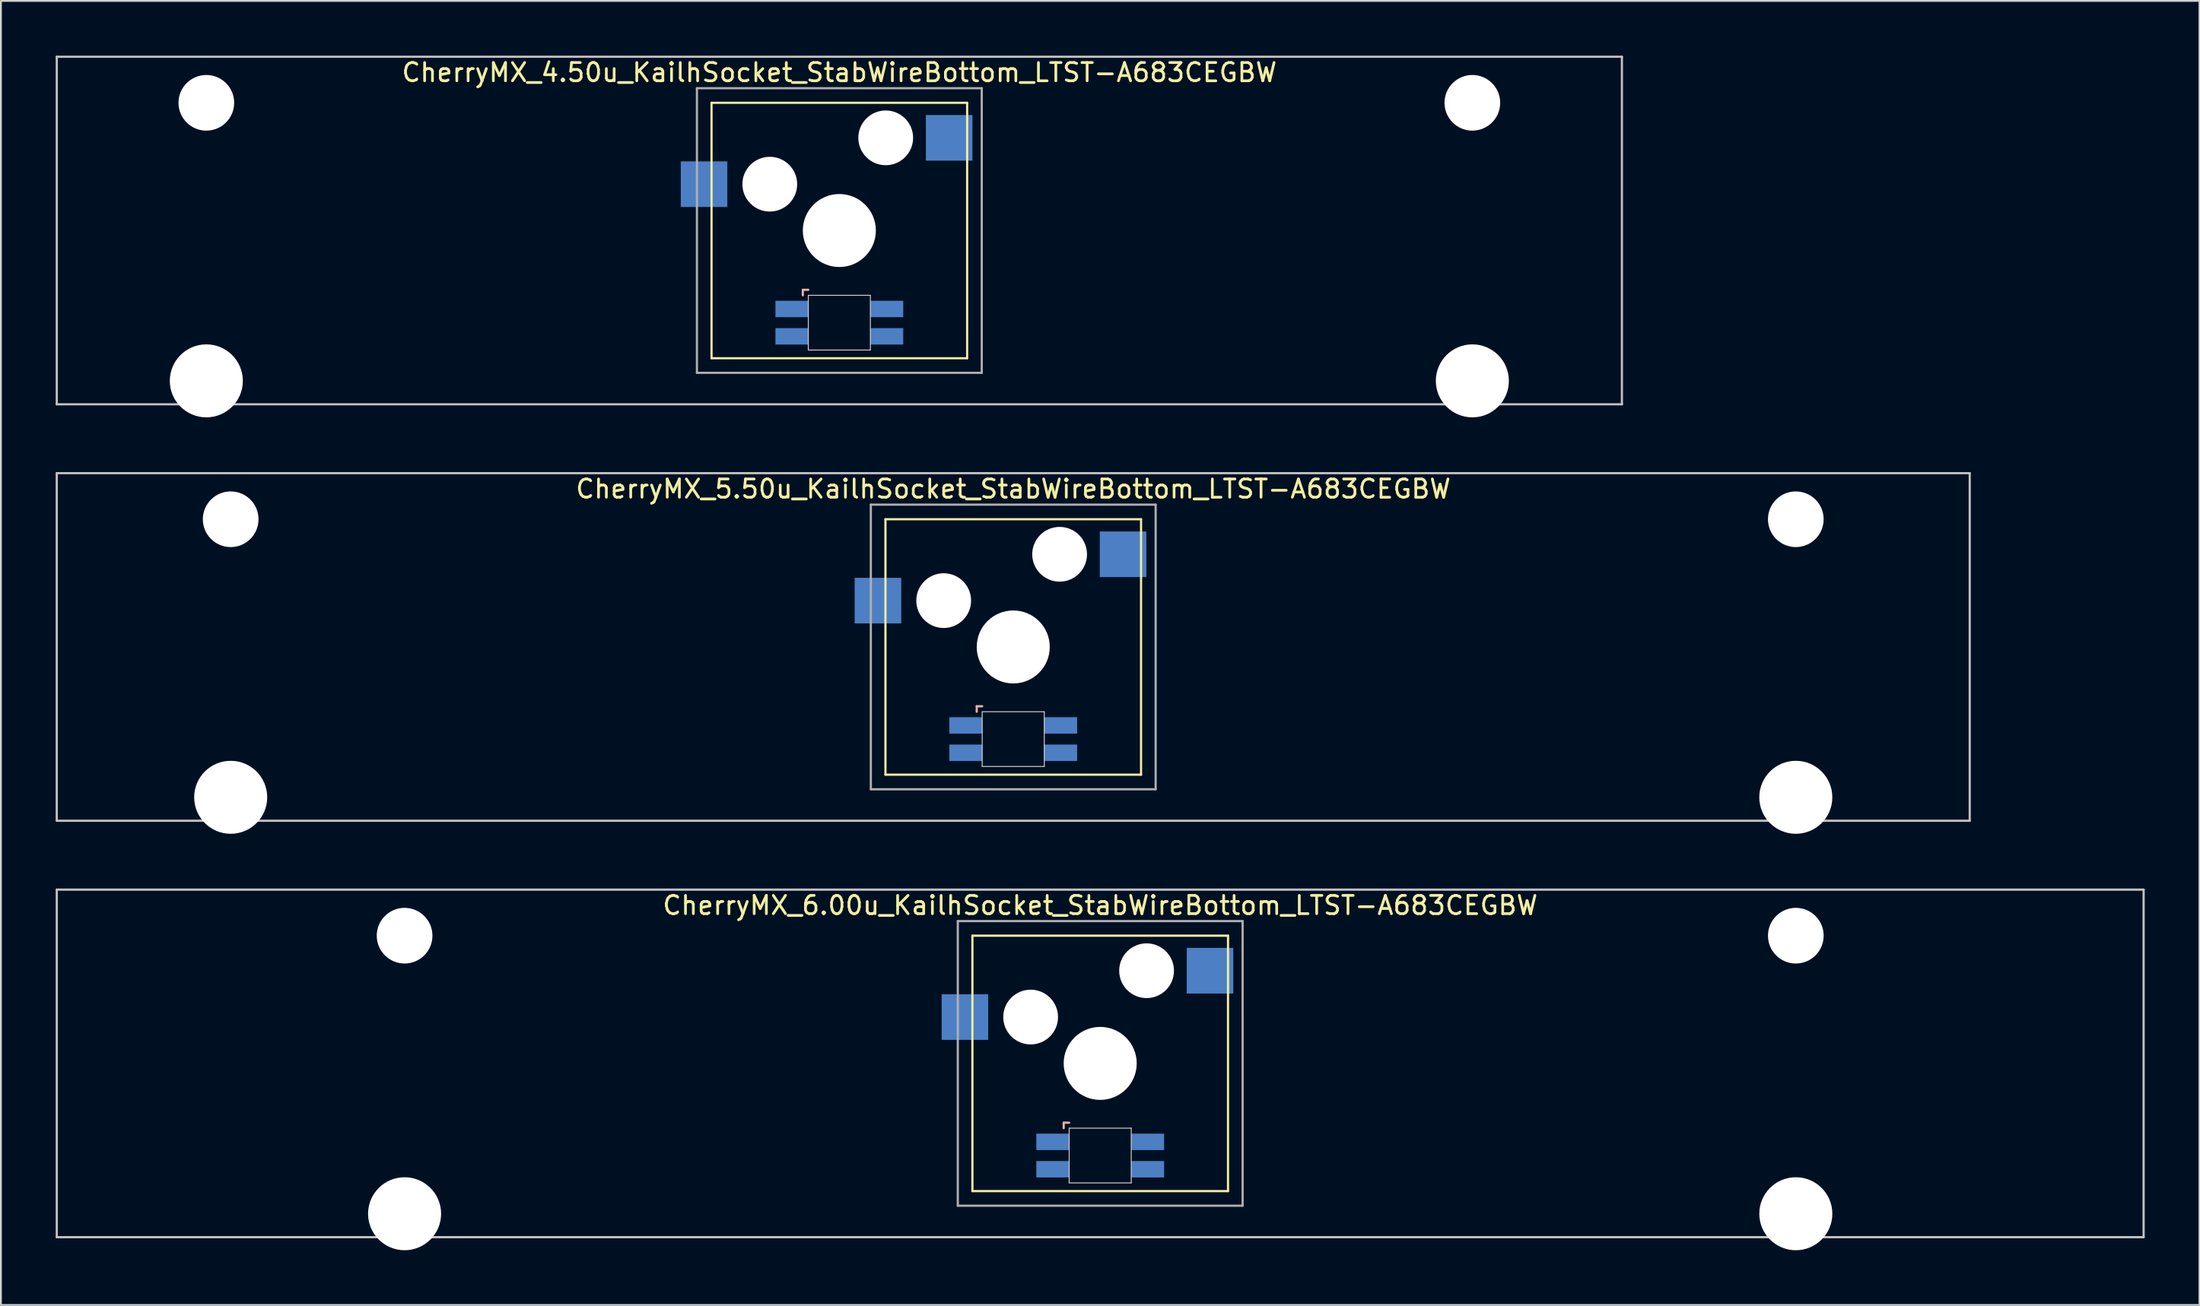
<source format=kicad_pcb>
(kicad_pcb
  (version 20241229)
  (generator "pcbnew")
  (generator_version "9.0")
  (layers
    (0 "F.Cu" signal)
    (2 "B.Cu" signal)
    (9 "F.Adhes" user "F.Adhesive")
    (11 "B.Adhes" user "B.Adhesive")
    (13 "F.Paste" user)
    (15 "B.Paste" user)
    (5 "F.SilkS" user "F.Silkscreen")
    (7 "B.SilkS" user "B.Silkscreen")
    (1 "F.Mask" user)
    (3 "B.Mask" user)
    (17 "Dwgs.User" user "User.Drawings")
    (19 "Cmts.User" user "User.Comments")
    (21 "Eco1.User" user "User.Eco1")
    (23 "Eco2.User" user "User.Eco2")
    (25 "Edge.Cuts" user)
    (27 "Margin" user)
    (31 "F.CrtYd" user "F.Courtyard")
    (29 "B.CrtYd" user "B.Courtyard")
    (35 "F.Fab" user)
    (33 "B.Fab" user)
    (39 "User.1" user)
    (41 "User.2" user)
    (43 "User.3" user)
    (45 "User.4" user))
  (footprint "CherryMX_5.50u_KailhSocket_StabWireBottom_LTST-A683CEGBW"
    (layer "F.Cu")
    (at 52.447 32.41)
    (property "Reference" "CherryMX_5.50u_KailhSocket_StabWireBottom_LTST-A683CEGBW" (at 0 -8.662 0) (layer "F.SilkS") (effects (font (size 1 1) (thickness 0.15))))
    (attr through_hole)
    (fp_line (start -7 -7) (end -7 7) (stroke (width 0.12) (type solid)) (layer "F.SilkS"))
    (fp_line (start -7 -7) (end 7 -7) (stroke (width 0.12) (type solid)) (layer "F.SilkS"))
    (fp_line (start 7 -7) (end 7 7) (stroke (width 0.12) (type solid)) (layer "F.SilkS"))
    (fp_line (start 7 7) (end -7 7) (stroke (width 0.12) (type solid)) (layer "F.SilkS"))
    (fp_line (start -2 3.25) (end -2 3.55) (stroke (width 0.12) (type solid)) (layer "B.SilkS"))
    (fp_line (start -1.7 3.25) (end -2 3.25) (stroke (width 0.12) (type solid)) (layer "B.SilkS"))
    (fp_line (start -52.388 -9.525) (end 52.388 -9.525) (stroke (width 0.12) (type solid)) (layer "Dwgs.User"))
    (fp_line (start -52.388 9.525) (end -52.388 -9.525) (stroke (width 0.12) (type solid)) (layer "Dwgs.User"))
    (fp_line (start 52.388 -9.525) (end 52.388 9.525) (stroke (width 0.12) (type solid)) (layer "Dwgs.User"))
    (fp_line (start 52.388 9.525) (end -52.388 9.525) (stroke (width 0.12) (type solid)) (layer "Dwgs.User"))
    (fp_line (start -1.7 3.55) (end 1.7 3.55) (stroke (width 0.05) (type solid)) (layer "Edge.Cuts"))
    (fp_line (start -1.7 6.55) (end -1.7 3.55) (stroke (width 0.05) (type solid)) (layer "Edge.Cuts"))
    (fp_line (start 1.7 3.55) (end 1.7 6.55) (stroke (width 0.05) (type solid)) (layer "Edge.Cuts"))
    (fp_line (start 1.7 6.55) (end -1.7 6.55) (stroke (width 0.05) (type solid)) (layer "Edge.Cuts"))
    (fp_line (start -7.8 -7.8) (end -7.8 7.8) (stroke (width 0.12) (type solid)) (layer "F.Fab"))
    (fp_line (start -7.8 -7.8) (end 7.8 -7.8) (stroke (width 0.12) (type solid)) (layer "F.Fab"))
    (fp_line (start -7.8 7.8) (end 7.8 7.8) (stroke (width 0.12) (type solid)) (layer "F.Fab"))
    (fp_line (start 7.8 -7.8) (end 7.8 7.8) (stroke (width 0.12) (type solid)) (layer "F.Fab"))
    (pad "" np_thru_hole circle (at -42.862 -7) (size 3.05 3.05) (drill 3.05) (layers "*.Cu" "*.Mask"))
    (pad "" np_thru_hole circle (at -42.862 8.24) (size 4 4) (drill 4) (layers "*.Cu" "*.Mask"))
    (pad "" np_thru_hole circle (at -3.81 -2.54) (size 3 3) (drill 3) (layers "*.Cu" "*.Mask"))
    (pad "" np_thru_hole circle (at 0 0) (size 4 4) (drill 4) (layers "*.Cu" "*.Mask"))
    (pad "" np_thru_hole circle (at 2.54 -5.08) (size 3 3) (drill 3) (layers "*.Cu" "*.Mask"))
    (pad "" np_thru_hole circle (at 42.862 -7) (size 3.05 3.05) (drill 3.05) (layers "*.Cu" "*.Mask"))
    (pad "" np_thru_hole circle (at 42.862 8.24) (size 4 4) (drill 4) (layers "*.Cu" "*.Mask"))
    (pad "1" smd rect (at -7.41 -2.54) (size 2.55 2.5) (layers "B.Cu" "B.Mask" "B.Paste"))
    (pad "2" smd rect (at 6.015 -5.08) (size 2.55 2.5) (layers "B.Cu" "B.Mask" "B.Paste"))
    (pad "3" smd rect (at -2.6 4.3) (size 1.8 0.9) (layers "B.Cu" "B.Mask" "B.Paste"))
    (pad "4" smd rect (at -2.6 5.8) (size 1.8 0.9) (layers "B.Cu" "B.Mask" "B.Paste"))
    (pad "5" smd rect (at 2.6 4.3) (size 1.8 0.9) (layers "B.Cu" "B.Mask" "B.Paste"))
    (pad "6" smd rect (at 2.6 5.8) (size 1.8 0.9) (layers "B.Cu" "B.Mask" "B.Paste")))
  (footprint "CherryMX_4.50u_KailhSocket_StabWireBottom_LTST-A683CEGBW"
    (layer "F.Cu")
    (at 42.922 9.585)
    (property "Reference" "CherryMX_4.50u_KailhSocket_StabWireBottom_LTST-A683CEGBW" (at 0 -8.662 0) (layer "F.SilkS") (effects (font (size 1 1) (thickness 0.15))))
    (attr through_hole)
    (fp_line (start -7 -7) (end -7 7) (stroke (width 0.12) (type solid)) (layer "F.SilkS"))
    (fp_line (start -7 -7) (end 7 -7) (stroke (width 0.12) (type solid)) (layer "F.SilkS"))
    (fp_line (start 7 -7) (end 7 7) (stroke (width 0.12) (type solid)) (layer "F.SilkS"))
    (fp_line (start 7 7) (end -7 7) (stroke (width 0.12) (type solid)) (layer "F.SilkS"))
    (fp_line (start -2 3.25) (end -2 3.55) (stroke (width 0.12) (type solid)) (layer "B.SilkS"))
    (fp_line (start -1.7 3.25) (end -2 3.25) (stroke (width 0.12) (type solid)) (layer "B.SilkS"))
    (fp_line (start -42.862 -9.525) (end 42.862 -9.525) (stroke (width 0.12) (type solid)) (layer "Dwgs.User"))
    (fp_line (start -42.862 9.525) (end -42.862 -9.525) (stroke (width 0.12) (type solid)) (layer "Dwgs.User"))
    (fp_line (start 42.862 -9.525) (end 42.862 9.525) (stroke (width 0.12) (type solid)) (layer "Dwgs.User"))
    (fp_line (start 42.862 9.525) (end -42.862 9.525) (stroke (width 0.12) (type solid)) (layer "Dwgs.User"))
    (fp_line (start -1.7 3.55) (end 1.7 3.55) (stroke (width 0.05) (type solid)) (layer "Edge.Cuts"))
    (fp_line (start -1.7 6.55) (end -1.7 3.55) (stroke (width 0.05) (type solid)) (layer "Edge.Cuts"))
    (fp_line (start 1.7 3.55) (end 1.7 6.55) (stroke (width 0.05) (type solid)) (layer "Edge.Cuts"))
    (fp_line (start 1.7 6.55) (end -1.7 6.55) (stroke (width 0.05) (type solid)) (layer "Edge.Cuts"))
    (fp_line (start -7.8 -7.8) (end -7.8 7.8) (stroke (width 0.12) (type solid)) (layer "F.Fab"))
    (fp_line (start -7.8 -7.8) (end 7.8 -7.8) (stroke (width 0.12) (type solid)) (layer "F.Fab"))
    (fp_line (start -7.8 7.8) (end 7.8 7.8) (stroke (width 0.12) (type solid)) (layer "F.Fab"))
    (fp_line (start 7.8 -7.8) (end 7.8 7.8) (stroke (width 0.12) (type solid)) (layer "F.Fab"))
    (pad "" np_thru_hole circle (at -34.671 -7) (size 3.05 3.05) (drill 3.05) (layers "*.Cu" "*.Mask"))
    (pad "" np_thru_hole circle (at -34.671 8.24) (size 4 4) (drill 4) (layers "*.Cu" "*.Mask"))
    (pad "" np_thru_hole circle (at -3.81 -2.54) (size 3 3) (drill 3) (layers "*.Cu" "*.Mask"))
    (pad "" np_thru_hole circle (at 0 0) (size 4 4) (drill 4) (layers "*.Cu" "*.Mask"))
    (pad "" np_thru_hole circle (at 2.54 -5.08) (size 3 3) (drill 3) (layers "*.Cu" "*.Mask"))
    (pad "" np_thru_hole circle (at 34.671 -7) (size 3.05 3.05) (drill 3.05) (layers "*.Cu" "*.Mask"))
    (pad "" np_thru_hole circle (at 34.671 8.24) (size 4 4) (drill 4) (layers "*.Cu" "*.Mask"))
    (pad "1" smd rect (at -7.41 -2.54) (size 2.55 2.5) (layers "B.Cu" "B.Mask" "B.Paste"))
    (pad "2" smd rect (at 6.015 -5.08) (size 2.55 2.5) (layers "B.Cu" "B.Mask" "B.Paste"))
    (pad "3" smd rect (at -2.6 4.3) (size 1.8 0.9) (layers "B.Cu" "B.Mask" "B.Paste"))
    (pad "4" smd rect (at -2.6 5.8) (size 1.8 0.9) (layers "B.Cu" "B.Mask" "B.Paste"))
    (pad "5" smd rect (at 2.6 4.3) (size 1.8 0.9) (layers "B.Cu" "B.Mask" "B.Paste"))
    (pad "6" smd rect (at 2.6 5.8) (size 1.8 0.9) (layers "B.Cu" "B.Mask" "B.Paste")))
  (footprint "CherryMX_6.00u_KailhSocket_StabWireBottom_LTST-A683CEGBW"
    (layer "F.Cu")
    (at 57.21 55.235)
    (property "Reference" "CherryMX_6.00u_KailhSocket_StabWireBottom_LTST-A683CEGBW" (at 0 -8.662 0) (layer "F.SilkS") (effects (font (size 1 1) (thickness 0.15))))
    (attr through_hole)
    (fp_line (start -7 -7) (end -7 7) (stroke (width 0.12) (type solid)) (layer "F.SilkS"))
    (fp_line (start -7 -7) (end 7 -7) (stroke (width 0.12) (type solid)) (layer "F.SilkS"))
    (fp_line (start 7 -7) (end 7 7) (stroke (width 0.12) (type solid)) (layer "F.SilkS"))
    (fp_line (start 7 7) (end -7 7) (stroke (width 0.12) (type solid)) (layer "F.SilkS"))
    (fp_line (start -2 3.25) (end -2 3.55) (stroke (width 0.12) (type solid)) (layer "B.SilkS"))
    (fp_line (start -1.7 3.25) (end -2 3.25) (stroke (width 0.12) (type solid)) (layer "B.SilkS"))
    (fp_line (start -57.15 -9.525) (end 57.15 -9.525) (stroke (width 0.12) (type solid)) (layer "Dwgs.User"))
    (fp_line (start -57.15 9.525) (end -57.15 -9.525) (stroke (width 0.12) (type solid)) (layer "Dwgs.User"))
    (fp_line (start 57.15 -9.525) (end 57.15 9.525) (stroke (width 0.12) (type solid)) (layer "Dwgs.User"))
    (fp_line (start 57.15 9.525) (end -57.15 9.525) (stroke (width 0.12) (type solid)) (layer "Dwgs.User"))
    (fp_line (start -1.7 3.55) (end 1.7 3.55) (stroke (width 0.05) (type solid)) (layer "Edge.Cuts"))
    (fp_line (start -1.7 6.55) (end -1.7 3.55) (stroke (width 0.05) (type solid)) (layer "Edge.Cuts"))
    (fp_line (start 1.7 3.55) (end 1.7 6.55) (stroke (width 0.05) (type solid)) (layer "Edge.Cuts"))
    (fp_line (start 1.7 6.55) (end -1.7 6.55) (stroke (width 0.05) (type solid)) (layer "Edge.Cuts"))
    (fp_line (start -7.8 -7.8) (end -7.8 7.8) (stroke (width 0.12) (type solid)) (layer "F.Fab"))
    (fp_line (start -7.8 -7.8) (end 7.8 -7.8) (stroke (width 0.12) (type solid)) (layer "F.Fab"))
    (fp_line (start -7.8 7.8) (end 7.8 7.8) (stroke (width 0.12) (type solid)) (layer "F.Fab"))
    (fp_line (start 7.8 -7.8) (end 7.8 7.8) (stroke (width 0.12) (type solid)) (layer "F.Fab"))
    (pad "" np_thru_hole circle (at -38.1 -7) (size 3.05 3.05) (drill 3.05) (layers "*.Cu" "*.Mask"))
    (pad "" np_thru_hole circle (at -38.1 8.24) (size 4 4) (drill 4) (layers "*.Cu" "*.Mask"))
    (pad "" np_thru_hole circle (at -3.81 -2.54) (size 3 3) (drill 3) (layers "*.Cu" "*.Mask"))
    (pad "" np_thru_hole circle (at 0 0) (size 4 4) (drill 4) (layers "*.Cu" "*.Mask"))
    (pad "" np_thru_hole circle (at 2.54 -5.08) (size 3 3) (drill 3) (layers "*.Cu" "*.Mask"))
    (pad "" np_thru_hole circle (at 38.1 -7) (size 3.05 3.05) (drill 3.05) (layers "*.Cu" "*.Mask"))
    (pad "" np_thru_hole circle (at 38.1 8.24) (size 4 4) (drill 4) (layers "*.Cu" "*.Mask"))
    (pad "1" smd rect (at -7.41 -2.54) (size 2.55 2.5) (layers "B.Cu" "B.Mask" "B.Paste"))
    (pad "2" smd rect (at 6.015 -5.08) (size 2.55 2.5) (layers "B.Cu" "B.Mask" "B.Paste"))
    (pad "3" smd rect (at -2.6 4.3) (size 1.8 0.9) (layers "B.Cu" "B.Mask" "B.Paste"))
    (pad "4" smd rect (at -2.6 5.8) (size 1.8 0.9) (layers "B.Cu" "B.Mask" "B.Paste"))
    (pad "5" smd rect (at 2.6 4.3) (size 1.8 0.9) (layers "B.Cu" "B.Mask" "B.Paste"))
    (pad "6" smd rect (at 2.6 5.8) (size 1.8 0.9) (layers "B.Cu" "B.Mask" "B.Paste")))
  (gr_rect
    (start -3 -3)
    (end 117.42 68.475)
    (stroke (width 0.1) (type default))
    (fill no)
    (layer "Edge.Cuts")))
</source>
